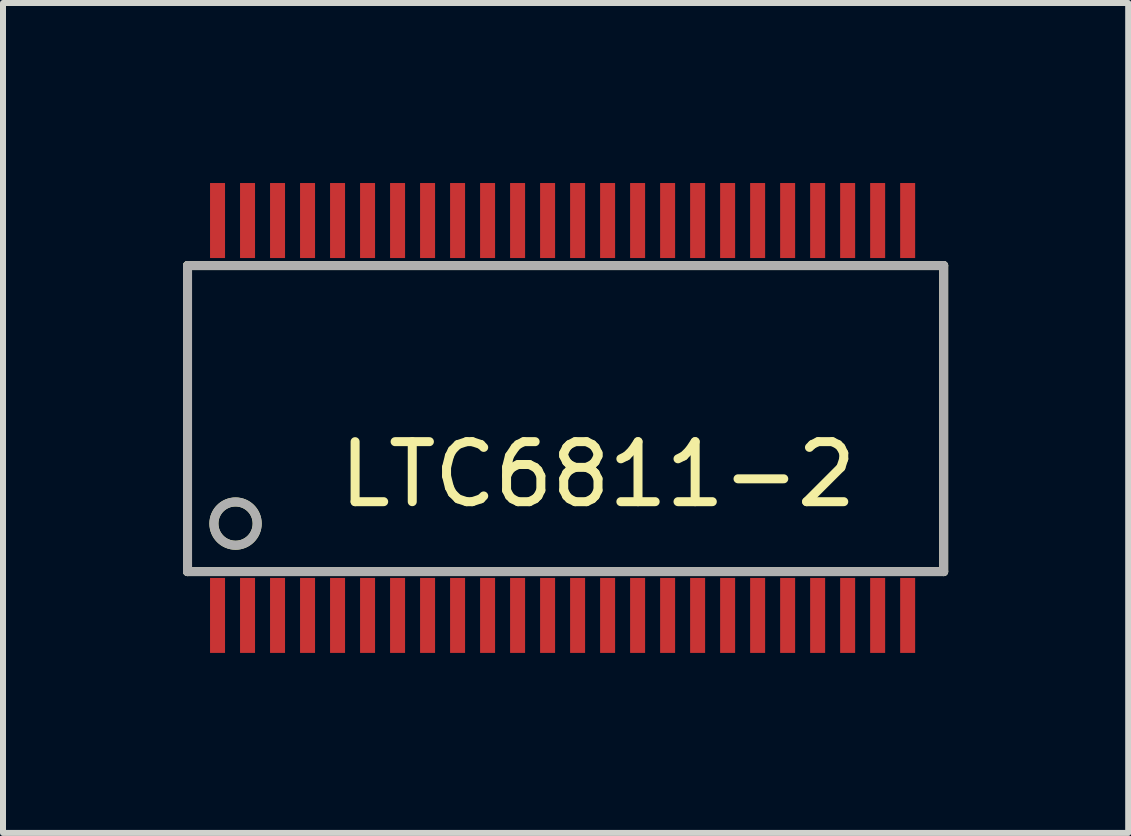
<source format=kicad_pcb>
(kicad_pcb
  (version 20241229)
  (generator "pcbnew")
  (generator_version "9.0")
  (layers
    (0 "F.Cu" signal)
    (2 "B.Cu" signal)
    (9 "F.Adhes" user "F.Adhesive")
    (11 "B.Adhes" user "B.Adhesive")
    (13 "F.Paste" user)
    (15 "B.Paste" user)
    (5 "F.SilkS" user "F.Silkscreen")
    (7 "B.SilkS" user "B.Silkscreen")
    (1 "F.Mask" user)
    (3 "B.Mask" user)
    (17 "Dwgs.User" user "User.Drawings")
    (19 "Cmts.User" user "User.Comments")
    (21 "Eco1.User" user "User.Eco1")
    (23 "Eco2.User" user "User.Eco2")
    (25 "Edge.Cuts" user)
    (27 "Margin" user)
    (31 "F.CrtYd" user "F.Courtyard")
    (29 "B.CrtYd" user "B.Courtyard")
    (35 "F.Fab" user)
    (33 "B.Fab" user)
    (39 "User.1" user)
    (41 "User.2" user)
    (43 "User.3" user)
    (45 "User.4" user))
  (footprint "LTC6811-2"
    (layer "F.Cu")
    (at 0.575 6.575)
    (property "Reference" "LTC6811-2" (at 6.34 -1.72 0) (layer "F.SilkS") (effects (font (size 1 1) (thickness 0.15))))
    (attr through_hole)
    (fp_line (start -0.5 -5.2) (end -0.5 -0.1) (stroke (width 0.15) (type solid)) (layer "F.SilkS"))
    (fp_line (start -0.5 -0.1) (end 12.1 -0.1) (stroke (width 0.15) (type solid)) (layer "F.SilkS"))
    (fp_line (start 12.1 -5.2) (end -0.5 -5.2) (stroke (width 0.15) (type solid)) (layer "F.SilkS"))
    (fp_line (start 12.1 -0.1) (end 12.1 -5.2) (stroke (width 0.15) (type solid)) (layer "F.SilkS"))
    (fp_circle (center 0.3 -0.9) (end 0 -0.7) (stroke (width 0.15) (type solid)) (fill no) (layer "F.SilkS"))
    (fp_line (start -0.5 -5.2) (end -0.5 -0.1) (stroke (width 0.15) (type solid)) (layer "F.Fab"))
    (fp_line (start -0.5 -0.1) (end 12.1 -0.1) (stroke (width 0.15) (type solid)) (layer "F.Fab"))
    (fp_line (start 12.1 -5.2) (end -0.5 -5.2) (stroke (width 0.15) (type solid)) (layer "F.Fab"))
    (fp_line (start 12.1 -0.1) (end 12.1 -5.2) (stroke (width 0.15) (type solid)) (layer "F.Fab"))
    (fp_circle (center 0.3 -0.9) (end 0 -0.7) (stroke (width 0.15) (type solid)) (fill no) (layer "F.Fab"))
    (pad "1" smd rect (at 0 0.63) (size 0.25 1.25) (layers "F.Cu" "F.Mask" "F.Paste"))
    (pad "2" smd rect (at 0.5 0.63) (size 0.25 1.25) (layers "F.Cu" "F.Mask" "F.Paste"))
    (pad "3" smd rect (at 1 0.63) (size 0.25 1.25) (layers "F.Cu" "F.Mask" "F.Paste"))
    (pad "4" smd rect (at 1.5 0.63) (size 0.25 1.25) (layers "F.Cu" "F.Mask" "F.Paste"))
    (pad "5" smd rect (at 2 0.63) (size 0.25 1.25) (layers "F.Cu" "F.Mask" "F.Paste"))
    (pad "6" smd rect (at 2.5 0.63) (size 0.25 1.25) (layers "F.Cu" "F.Mask" "F.Paste"))
    (pad "7" smd rect (at 3 0.63) (size 0.25 1.25) (layers "F.Cu" "F.Mask" "F.Paste"))
    (pad "8" smd rect (at 3.5 0.63) (size 0.25 1.25) (layers "F.Cu" "F.Mask" "F.Paste"))
    (pad "9" smd rect (at 4 0.63) (size 0.25 1.25) (layers "F.Cu" "F.Mask" "F.Paste"))
    (pad "10" smd rect (at 4.5 0.63) (size 0.25 1.25) (layers "F.Cu" "F.Mask" "F.Paste"))
    (pad "11" smd rect (at 5 0.63) (size 0.25 1.25) (layers "F.Cu" "F.Mask" "F.Paste"))
    (pad "12" smd rect (at 5.5 0.63) (size 0.25 1.25) (layers "F.Cu" "F.Mask" "F.Paste"))
    (pad "13" smd rect (at 6 0.63) (size 0.25 1.25) (layers "F.Cu" "F.Mask" "F.Paste"))
    (pad "14" smd rect (at 6.5 0.63) (size 0.25 1.25) (layers "F.Cu" "F.Mask" "F.Paste"))
    (pad "15" smd rect (at 7 0.63) (size 0.25 1.25) (layers "F.Cu" "F.Mask" "F.Paste"))
    (pad "16" smd rect (at 7.5 0.63) (size 0.25 1.25) (layers "F.Cu" "F.Mask" "F.Paste"))
    (pad "17" smd rect (at 8 0.63) (size 0.25 1.25) (layers "F.Cu" "F.Mask" "F.Paste"))
    (pad "18" smd rect (at 8.5 0.63) (size 0.25 1.25) (layers "F.Cu" "F.Mask" "F.Paste"))
    (pad "19" smd rect (at 9 0.63) (size 0.25 1.25) (layers "F.Cu" "F.Mask" "F.Paste"))
    (pad "20" smd rect (at 9.5 0.63) (size 0.25 1.25) (layers "F.Cu" "F.Mask" "F.Paste"))
    (pad "21" smd rect (at 10 0.63) (size 0.25 1.25) (layers "F.Cu" "F.Mask" "F.Paste"))
    (pad "22" smd rect (at 10.5 0.63) (size 0.25 1.25) (layers "F.Cu" "F.Mask" "F.Paste"))
    (pad "23" smd rect (at 11 0.63) (size 0.25 1.25) (layers "F.Cu" "F.Mask" "F.Paste"))
    (pad "24" smd rect (at 11.5 0.63) (size 0.25 1.25) (layers "F.Cu" "F.Mask" "F.Paste"))
    (pad "25" smd rect (at 11.5 -5.95) (size 0.25 1.25) (layers "F.Cu" "F.Mask" "F.Paste"))
    (pad "26" smd rect (at 11 -5.95) (size 0.25 1.25) (layers "F.Cu" "F.Mask" "F.Paste"))
    (pad "27" smd rect (at 10.5 -5.95) (size 0.25 1.25) (layers "F.Cu" "F.Mask" "F.Paste"))
    (pad "28" smd rect (at 10 -5.95) (size 0.25 1.25) (layers "F.Cu" "F.Mask" "F.Paste"))
    (pad "29" smd rect (at 9.5 -5.95) (size 0.25 1.25) (layers "F.Cu" "F.Mask" "F.Paste"))
    (pad "30" smd rect (at 9 -5.95) (size 0.25 1.25) (layers "F.Cu" "F.Mask" "F.Paste"))
    (pad "31" smd rect (at 8.5 -5.95) (size 0.25 1.25) (layers "F.Cu" "F.Mask" "F.Paste"))
    (pad "32" smd rect (at 8 -5.95) (size 0.25 1.25) (layers "F.Cu" "F.Mask" "F.Paste"))
    (pad "33" smd rect (at 7.5 -5.95) (size 0.25 1.25) (layers "F.Cu" "F.Mask" "F.Paste"))
    (pad "34" smd rect (at 7 -5.95) (size 0.25 1.25) (layers "F.Cu" "F.Mask" "F.Paste"))
    (pad "35" smd rect (at 6.5 -5.95) (size 0.25 1.25) (layers "F.Cu" "F.Mask" "F.Paste"))
    (pad "36" smd rect (at 6 -5.95) (size 0.25 1.25) (layers "F.Cu" "F.Mask" "F.Paste"))
    (pad "37" smd rect (at 5.5 -5.95) (size 0.25 1.25) (layers "F.Cu" "F.Mask" "F.Paste"))
    (pad "38" smd rect (at 5 -5.95) (size 0.25 1.25) (layers "F.Cu" "F.Mask" "F.Paste"))
    (pad "39" smd rect (at 4.5 -5.95) (size 0.25 1.25) (layers "F.Cu" "F.Mask" "F.Paste"))
    (pad "40" smd rect (at 4 -5.95) (size 0.25 1.25) (layers "F.Cu" "F.Mask" "F.Paste"))
    (pad "41" smd rect (at 3.5 -5.95) (size 0.25 1.25) (layers "F.Cu" "F.Mask" "F.Paste"))
    (pad "42" smd rect (at 3 -5.95) (size 0.25 1.25) (layers "F.Cu" "F.Mask" "F.Paste"))
    (pad "43" smd rect (at 2.5 -5.95) (size 0.25 1.25) (layers "F.Cu" "F.Mask" "F.Paste"))
    (pad "44" smd rect (at 2 -5.95) (size 0.25 1.25) (layers "F.Cu" "F.Mask" "F.Paste"))
    (pad "45" smd rect (at 1.5 -5.95) (size 0.25 1.25) (layers "F.Cu" "F.Mask" "F.Paste"))
    (pad "46" smd rect (at 1 -5.95) (size 0.25 1.25) (layers "F.Cu" "F.Mask" "F.Paste"))
    (pad "47" smd rect (at 0.5 -5.95) (size 0.25 1.25) (layers "F.Cu" "F.Mask" "F.Paste"))
    (pad "48" smd rect (at 0 -5.95) (size 0.25 1.25) (layers "F.Cu" "F.Mask" "F.Paste")))
  (gr_rect
    (start -3 -3)
    (end 15.75 10.83)
    (stroke (width 0.1) (type default))
    (fill no)
    (layer "Edge.Cuts")))
</source>
